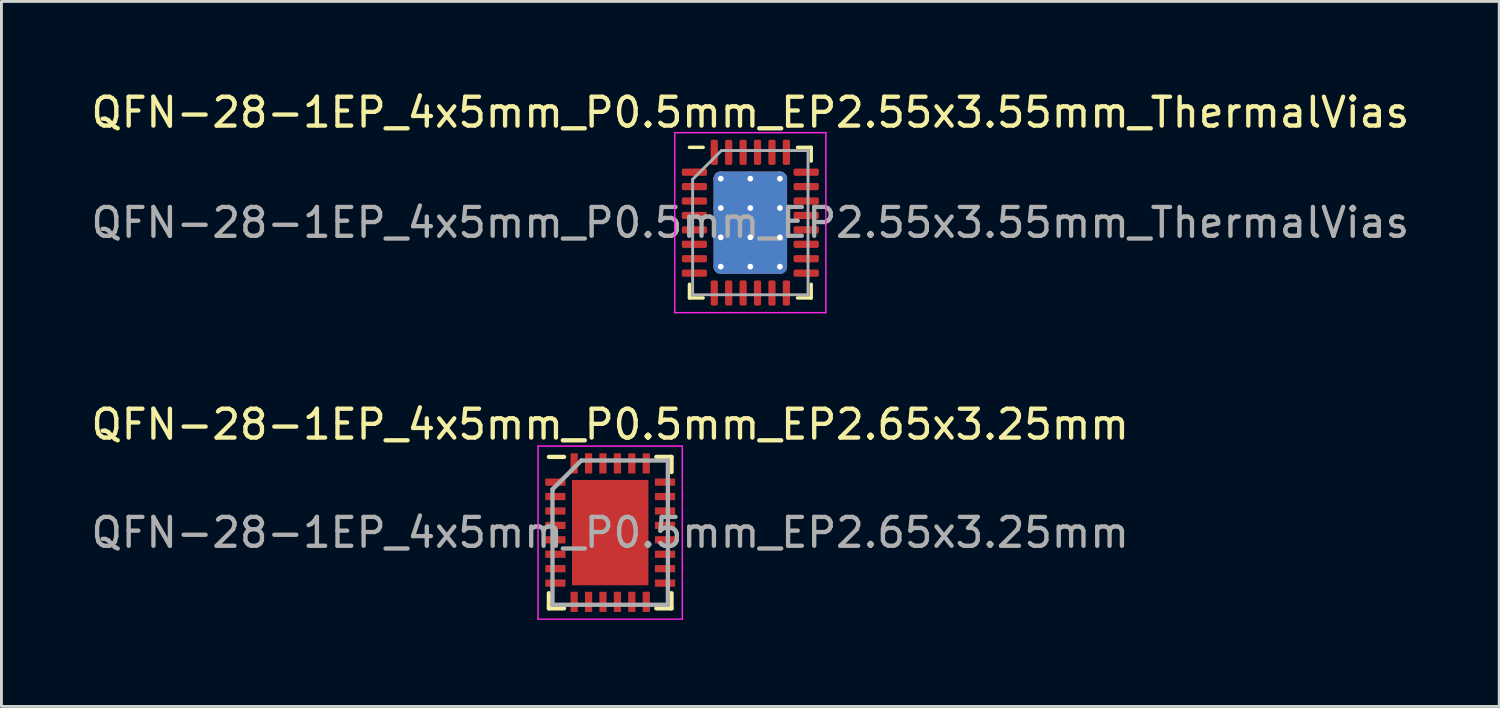
<source format=kicad_pcb>
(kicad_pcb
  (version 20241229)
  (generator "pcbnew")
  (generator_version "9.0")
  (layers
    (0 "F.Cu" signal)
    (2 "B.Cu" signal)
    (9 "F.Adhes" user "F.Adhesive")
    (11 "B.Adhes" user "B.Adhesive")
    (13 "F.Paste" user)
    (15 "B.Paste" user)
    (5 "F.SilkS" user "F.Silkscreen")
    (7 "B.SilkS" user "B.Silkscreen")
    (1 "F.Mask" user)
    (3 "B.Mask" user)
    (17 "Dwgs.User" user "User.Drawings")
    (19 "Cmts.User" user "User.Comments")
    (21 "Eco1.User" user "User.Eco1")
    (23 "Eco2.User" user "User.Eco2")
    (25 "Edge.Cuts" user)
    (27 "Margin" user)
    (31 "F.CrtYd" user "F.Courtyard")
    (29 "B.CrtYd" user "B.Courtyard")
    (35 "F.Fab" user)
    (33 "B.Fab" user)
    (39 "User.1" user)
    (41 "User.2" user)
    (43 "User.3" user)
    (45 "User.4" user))
  (footprint "QFN-28-1EP_4x5mm_P0.5mm_EP2.55x3.55mm_ThermalVias"
    (layer "F.Cu")
    (at 22.958 4.668)
    (property "Reference" "QFN-28-1EP_4x5mm_P0.5mm_EP2.55x3.55mm_ThermalVias" (at 0 -3.82 0) (layer "F.SilkS") (effects (font (size 1 1) (thickness 0.15))))
    (attr smd)
    (fp_line (start -2.11 2.61) (end -2.11 2.135) (stroke (width 0.12) (type solid)) (layer "F.SilkS"))
    (fp_line (start -1.635 -2.61) (end -2.11 -2.61) (stroke (width 0.12) (type solid)) (layer "F.SilkS"))
    (fp_line (start -1.635 2.61) (end -2.11 2.61) (stroke (width 0.12) (type solid)) (layer "F.SilkS"))
    (fp_line (start 1.635 -2.61) (end 2.11 -2.61) (stroke (width 0.12) (type solid)) (layer "F.SilkS"))
    (fp_line (start 1.635 2.61) (end 2.11 2.61) (stroke (width 0.12) (type solid)) (layer "F.SilkS"))
    (fp_line (start 2.11 -2.61) (end 2.11 -2.135) (stroke (width 0.12) (type solid)) (layer "F.SilkS"))
    (fp_line (start 2.11 2.61) (end 2.11 2.135) (stroke (width 0.12) (type solid)) (layer "F.SilkS"))
    (fp_line (start -2.62 -3.12) (end -2.62 3.12) (stroke (width 0.05) (type solid)) (layer "F.CrtYd"))
    (fp_line (start -2.62 3.12) (end 2.62 3.12) (stroke (width 0.05) (type solid)) (layer "F.CrtYd"))
    (fp_line (start 2.62 -3.12) (end -2.62 -3.12) (stroke (width 0.05) (type solid)) (layer "F.CrtYd"))
    (fp_line (start 2.62 3.12) (end 2.62 -3.12) (stroke (width 0.05) (type solid)) (layer "F.CrtYd"))
    (fp_line (start -2 -1.5) (end -1 -2.5) (stroke (width 0.1) (type solid)) (layer "F.Fab"))
    (fp_line (start -2 2.5) (end -2 -1.5) (stroke (width 0.1) (type solid)) (layer "F.Fab"))
    (fp_line (start -1 -2.5) (end 2 -2.5) (stroke (width 0.1) (type solid)) (layer "F.Fab"))
    (fp_line (start 2 -2.5) (end 2 2.5) (stroke (width 0.1) (type solid)) (layer "F.Fab"))
    (fp_line (start 2 2.5) (end -2 2.5) (stroke (width 0.1) (type solid)) (layer "F.Fab"))
    (fp_text user "${REFERENCE}" (at 0 0 0) (layer "F.Fab") (effects (font (size 1 1) (thickness 0.15))))
    (pad "" smd roundrect (at -0.635 -1.18) (size 1.03 0.95) (layers "F.Paste") (roundrect_rratio 0.25))
    (pad "" smd roundrect (at -0.635 0) (size 1.03 0.95) (layers "F.Paste") (roundrect_rratio 0.25))
    (pad "" smd roundrect (at -0.635 1.18) (size 1.03 0.95) (layers "F.Paste") (roundrect_rratio 0.25))
    (pad "" smd roundrect (at 0.635 -1.18) (size 1.03 0.95) (layers "F.Paste") (roundrect_rratio 0.25))
    (pad "" smd roundrect (at 0.635 0) (size 1.03 0.95) (layers "F.Paste") (roundrect_rratio 0.25))
    (pad "" smd roundrect (at 0.635 1.18) (size 1.03 0.95) (layers "F.Paste") (roundrect_rratio 0.25))
    (pad "1" smd roundrect (at -1.938 -1.75) (size 0.875 0.25) (layers "F.Cu" "F.Mask" "F.Paste") (roundrect_rratio 0.25))
    (pad "2" smd roundrect (at -1.938 -1.25) (size 0.875 0.25) (layers "F.Cu" "F.Mask" "F.Paste") (roundrect_rratio 0.25))
    (pad "3" smd roundrect (at -1.938 -0.75) (size 0.875 0.25) (layers "F.Cu" "F.Mask" "F.Paste") (roundrect_rratio 0.25))
    (pad "4" smd roundrect (at -1.938 -0.25) (size 0.875 0.25) (layers "F.Cu" "F.Mask" "F.Paste") (roundrect_rratio 0.25))
    (pad "5" smd roundrect (at -1.938 0.25) (size 0.875 0.25) (layers "F.Cu" "F.Mask" "F.Paste") (roundrect_rratio 0.25))
    (pad "6" smd roundrect (at -1.938 0.75) (size 0.875 0.25) (layers "F.Cu" "F.Mask" "F.Paste") (roundrect_rratio 0.25))
    (pad "7" smd roundrect (at -1.938 1.25) (size 0.875 0.25) (layers "F.Cu" "F.Mask" "F.Paste") (roundrect_rratio 0.25))
    (pad "8" smd roundrect (at -1.938 1.75) (size 0.875 0.25) (layers "F.Cu" "F.Mask" "F.Paste") (roundrect_rratio 0.25))
    (pad "9" smd roundrect (at -1.25 2.438) (size 0.25 0.875) (layers "F.Cu" "F.Mask" "F.Paste") (roundrect_rratio 0.25))
    (pad "10" smd roundrect (at -0.75 2.438) (size 0.25 0.875) (layers "F.Cu" "F.Mask" "F.Paste") (roundrect_rratio 0.25))
    (pad "11" smd roundrect (at -0.25 2.438) (size 0.25 0.875) (layers "F.Cu" "F.Mask" "F.Paste") (roundrect_rratio 0.25))
    (pad "12" smd roundrect (at 0.25 2.438) (size 0.25 0.875) (layers "F.Cu" "F.Mask" "F.Paste") (roundrect_rratio 0.25))
    (pad "13" smd roundrect (at 0.75 2.438) (size 0.25 0.875) (layers "F.Cu" "F.Mask" "F.Paste") (roundrect_rratio 0.25))
    (pad "14" smd roundrect (at 1.25 2.438) (size 0.25 0.875) (layers "F.Cu" "F.Mask" "F.Paste") (roundrect_rratio 0.25))
    (pad "15" smd roundrect (at 1.938 1.75) (size 0.875 0.25) (layers "F.Cu" "F.Mask" "F.Paste") (roundrect_rratio 0.25))
    (pad "16" smd roundrect (at 1.938 1.25) (size 0.875 0.25) (layers "F.Cu" "F.Mask" "F.Paste") (roundrect_rratio 0.25))
    (pad "17" smd roundrect (at 1.938 0.75) (size 0.875 0.25) (layers "F.Cu" "F.Mask" "F.Paste") (roundrect_rratio 0.25))
    (pad "18" smd roundrect (at 1.938 0.25) (size 0.875 0.25) (layers "F.Cu" "F.Mask" "F.Paste") (roundrect_rratio 0.25))
    (pad "19" smd roundrect (at 1.938 -0.25) (size 0.875 0.25) (layers "F.Cu" "F.Mask" "F.Paste") (roundrect_rratio 0.25))
    (pad "20" smd roundrect (at 1.938 -0.75) (size 0.875 0.25) (layers "F.Cu" "F.Mask" "F.Paste") (roundrect_rratio 0.25))
    (pad "21" smd roundrect (at 1.938 -1.25) (size 0.875 0.25) (layers "F.Cu" "F.Mask" "F.Paste") (roundrect_rratio 0.25))
    (pad "22" smd roundrect (at 1.938 -1.75) (size 0.875 0.25) (layers "F.Cu" "F.Mask" "F.Paste") (roundrect_rratio 0.25))
    (pad "23" smd roundrect (at 1.25 -2.438) (size 0.25 0.875) (layers "F.Cu" "F.Mask" "F.Paste") (roundrect_rratio 0.25))
    (pad "24" smd roundrect (at 0.75 -2.438) (size 0.25 0.875) (layers "F.Cu" "F.Mask" "F.Paste") (roundrect_rratio 0.25))
    (pad "25" smd roundrect (at 0.25 -2.438) (size 0.25 0.875) (layers "F.Cu" "F.Mask" "F.Paste") (roundrect_rratio 0.25))
    (pad "26" smd roundrect (at -0.25 -2.438) (size 0.25 0.875) (layers "F.Cu" "F.Mask" "F.Paste") (roundrect_rratio 0.25))
    (pad "27" smd roundrect (at -0.75 -2.438) (size 0.25 0.875) (layers "F.Cu" "F.Mask" "F.Paste") (roundrect_rratio 0.25))
    (pad "28" smd roundrect (at -1.25 -2.438) (size 0.25 0.875) (layers "F.Cu" "F.Mask" "F.Paste") (roundrect_rratio 0.25))
    (pad "29" thru_hole circle (at -1.025 -1.525) (size 0.5 0.5) (drill 0.2) (layers "*.Cu"))
    (pad "29" thru_hole circle (at -1.025 -0.508) (size 0.5 0.5) (drill 0.2) (layers "*.Cu"))
    (pad "29" thru_hole circle (at -1.025 0.508) (size 0.5 0.5) (drill 0.2) (layers "*.Cu"))
    (pad "29" thru_hole circle (at -1.025 1.525) (size 0.5 0.5) (drill 0.2) (layers "*.Cu"))
    (pad "29" thru_hole circle (at 0 -1.525) (size 0.5 0.5) (drill 0.2) (layers "*.Cu"))
    (pad "29" thru_hole circle (at 0 -0.508) (size 0.5 0.5) (drill 0.2) (layers "*.Cu"))
    (pad "29" smd roundrect (at 0 0) (size 2.55 3.55) (layers "F.Cu" "F.Mask") (roundrect_rratio 0.098))
    (pad "29" smd roundrect (at 0 0) (size 2.55 3.55) (layers "B.Cu") (roundrect_rratio 0.098))
    (pad "29" thru_hole circle (at 0 0.508) (size 0.5 0.5) (drill 0.2) (layers "*.Cu"))
    (pad "29" thru_hole circle (at 0 1.525) (size 0.5 0.5) (drill 0.2) (layers "*.Cu"))
    (pad "29" thru_hole circle (at 1.025 -1.525) (size 0.5 0.5) (drill 0.2) (layers "*.Cu"))
    (pad "29" thru_hole circle (at 1.025 -0.508) (size 0.5 0.5) (drill 0.2) (layers "*.Cu"))
    (pad "29" thru_hole circle (at 1.025 0.508) (size 0.5 0.5) (drill 0.2) (layers "*.Cu"))
    (pad "29" thru_hole circle (at 1.025 1.525) (size 0.5 0.5) (drill 0.2) (layers "*.Cu")))
  (footprint "QFN-28-1EP_4x5mm_P0.5mm_EP2.65x3.25mm"
    (layer "F.Cu")
    (at 18.101 15.412)
    (property "Reference" "QFN-28-1EP_4x5mm_P0.5mm_EP2.65x3.25mm" (at 0 -3.75 0) (layer "F.SilkS") (effects (font (size 1 1) (thickness 0.15))))
    (attr smd)
    (fp_line (start -2.125 -2.625) (end -1.6 -2.625) (stroke (width 0.15) (type solid)) (layer "F.SilkS"))
    (fp_line (start -2.125 2.625) (end -2.125 2.1) (stroke (width 0.15) (type solid)) (layer "F.SilkS"))
    (fp_line (start -2.125 2.625) (end -1.6 2.625) (stroke (width 0.15) (type solid)) (layer "F.SilkS"))
    (fp_line (start 2.125 -2.625) (end 1.6 -2.625) (stroke (width 0.15) (type solid)) (layer "F.SilkS"))
    (fp_line (start 2.125 -2.625) (end 2.125 -2.1) (stroke (width 0.15) (type solid)) (layer "F.SilkS"))
    (fp_line (start 2.125 2.625) (end 1.6 2.625) (stroke (width 0.15) (type solid)) (layer "F.SilkS"))
    (fp_line (start 2.125 2.625) (end 2.125 2.1) (stroke (width 0.15) (type solid)) (layer "F.SilkS"))
    (fp_line (start -2.5 -3) (end -2.5 3) (stroke (width 0.05) (type solid)) (layer "F.CrtYd"))
    (fp_line (start -2.5 -3) (end 2.5 -3) (stroke (width 0.05) (type solid)) (layer "F.CrtYd"))
    (fp_line (start -2.5 3) (end 2.5 3) (stroke (width 0.05) (type solid)) (layer "F.CrtYd"))
    (fp_line (start 2.5 -3) (end 2.5 3) (stroke (width 0.05) (type solid)) (layer "F.CrtYd"))
    (fp_line (start -2 -1.5) (end -1 -2.5) (stroke (width 0.15) (type solid)) (layer "F.Fab"))
    (fp_line (start -2 2.5) (end -2 -1.5) (stroke (width 0.15) (type solid)) (layer "F.Fab"))
    (fp_line (start -1 -2.5) (end 2 -2.5) (stroke (width 0.15) (type solid)) (layer "F.Fab"))
    (fp_line (start 2 -2.5) (end 2 2.5) (stroke (width 0.15) (type solid)) (layer "F.Fab"))
    (fp_line (start 2 2.5) (end -2 2.5) (stroke (width 0.15) (type solid)) (layer "F.Fab"))
    (fp_text user "${REFERENCE}" (at 0 0 0) (layer "F.Fab") (effects (font (size 1 1) (thickness 0.15))))
    (pad "" smd rect (at -0.662 -1.217) (size 1.1 0.95) (layers "F.Paste"))
    (pad "" smd rect (at -0.662 0) (size 1.1 0.95) (layers "F.Paste"))
    (pad "" smd rect (at -0.662 1.217) (size 1.1 0.95) (layers "F.Paste"))
    (pad "" smd rect (at 0.662 -1.217) (size 1.1 0.95) (layers "F.Paste"))
    (pad "" smd rect (at 0.662 0) (size 1.1 0.95) (layers "F.Paste"))
    (pad "" smd rect (at 0.662 1.217) (size 1.1 0.95) (layers "F.Paste"))
    (pad "1" smd rect (at -1.9 -1.75) (size 0.7 0.25) (layers "F.Cu" "F.Mask" "F.Paste"))
    (pad "2" smd rect (at -1.9 -1.25) (size 0.7 0.25) (layers "F.Cu" "F.Mask" "F.Paste"))
    (pad "3" smd rect (at -1.9 -0.75) (size 0.7 0.25) (layers "F.Cu" "F.Mask" "F.Paste"))
    (pad "4" smd rect (at -1.9 -0.25) (size 0.7 0.25) (layers "F.Cu" "F.Mask" "F.Paste"))
    (pad "5" smd rect (at -1.9 0.25) (size 0.7 0.25) (layers "F.Cu" "F.Mask" "F.Paste"))
    (pad "6" smd rect (at -1.9 0.75) (size 0.7 0.25) (layers "F.Cu" "F.Mask" "F.Paste"))
    (pad "7" smd rect (at -1.9 1.25) (size 0.7 0.25) (layers "F.Cu" "F.Mask" "F.Paste"))
    (pad "8" smd rect (at -1.9 1.75) (size 0.7 0.25) (layers "F.Cu" "F.Mask" "F.Paste"))
    (pad "9" smd rect (at -1.25 2.4 90) (size 0.7 0.25) (layers "F.Cu" "F.Mask" "F.Paste"))
    (pad "10" smd rect (at -0.75 2.4 90) (size 0.7 0.25) (layers "F.Cu" "F.Mask" "F.Paste"))
    (pad "11" smd rect (at -0.25 2.4 90) (size 0.7 0.25) (layers "F.Cu" "F.Mask" "F.Paste"))
    (pad "12" smd rect (at 0.25 2.4 90) (size 0.7 0.25) (layers "F.Cu" "F.Mask" "F.Paste"))
    (pad "13" smd rect (at 0.75 2.4 90) (size 0.7 0.25) (layers "F.Cu" "F.Mask" "F.Paste"))
    (pad "14" smd rect (at 1.25 2.4 90) (size 0.7 0.25) (layers "F.Cu" "F.Mask" "F.Paste"))
    (pad "15" smd rect (at 1.9 1.75) (size 0.7 0.25) (layers "F.Cu" "F.Mask" "F.Paste"))
    (pad "16" smd rect (at 1.9 1.25) (size 0.7 0.25) (layers "F.Cu" "F.Mask" "F.Paste"))
    (pad "17" smd rect (at 1.9 0.75) (size 0.7 0.25) (layers "F.Cu" "F.Mask" "F.Paste"))
    (pad "18" smd rect (at 1.9 0.25) (size 0.7 0.25) (layers "F.Cu" "F.Mask" "F.Paste"))
    (pad "19" smd rect (at 1.9 -0.25) (size 0.7 0.25) (layers "F.Cu" "F.Mask" "F.Paste"))
    (pad "20" smd rect (at 1.9 -0.75) (size 0.7 0.25) (layers "F.Cu" "F.Mask" "F.Paste"))
    (pad "21" smd rect (at 1.9 -1.25) (size 0.7 0.25) (layers "F.Cu" "F.Mask" "F.Paste"))
    (pad "22" smd rect (at 1.9 -1.75) (size 0.7 0.25) (layers "F.Cu" "F.Mask" "F.Paste"))
    (pad "23" smd rect (at 1.25 -2.4 90) (size 0.7 0.25) (layers "F.Cu" "F.Mask" "F.Paste"))
    (pad "24" smd rect (at 0.75 -2.4 90) (size 0.7 0.25) (layers "F.Cu" "F.Mask" "F.Paste"))
    (pad "25" smd rect (at 0.25 -2.4 90) (size 0.7 0.25) (layers "F.Cu" "F.Mask" "F.Paste"))
    (pad "26" smd rect (at -0.25 -2.4 90) (size 0.7 0.25) (layers "F.Cu" "F.Mask" "F.Paste"))
    (pad "27" smd rect (at -0.75 -2.4 90) (size 0.7 0.25) (layers "F.Cu" "F.Mask" "F.Paste"))
    (pad "28" smd rect (at -1.25 -2.4 90) (size 0.7 0.25) (layers "F.Cu" "F.Mask" "F.Paste"))
    (pad "29" smd rect (at 0 0) (size 2.65 3.65) (layers "F.Cu" "F.Mask")))
  (gr_rect
    (start -3 -3)
    (end 48.917 21.436)
    (stroke (width 0.1) (type default))
    (fill no)
    (layer "Edge.Cuts")))
</source>
